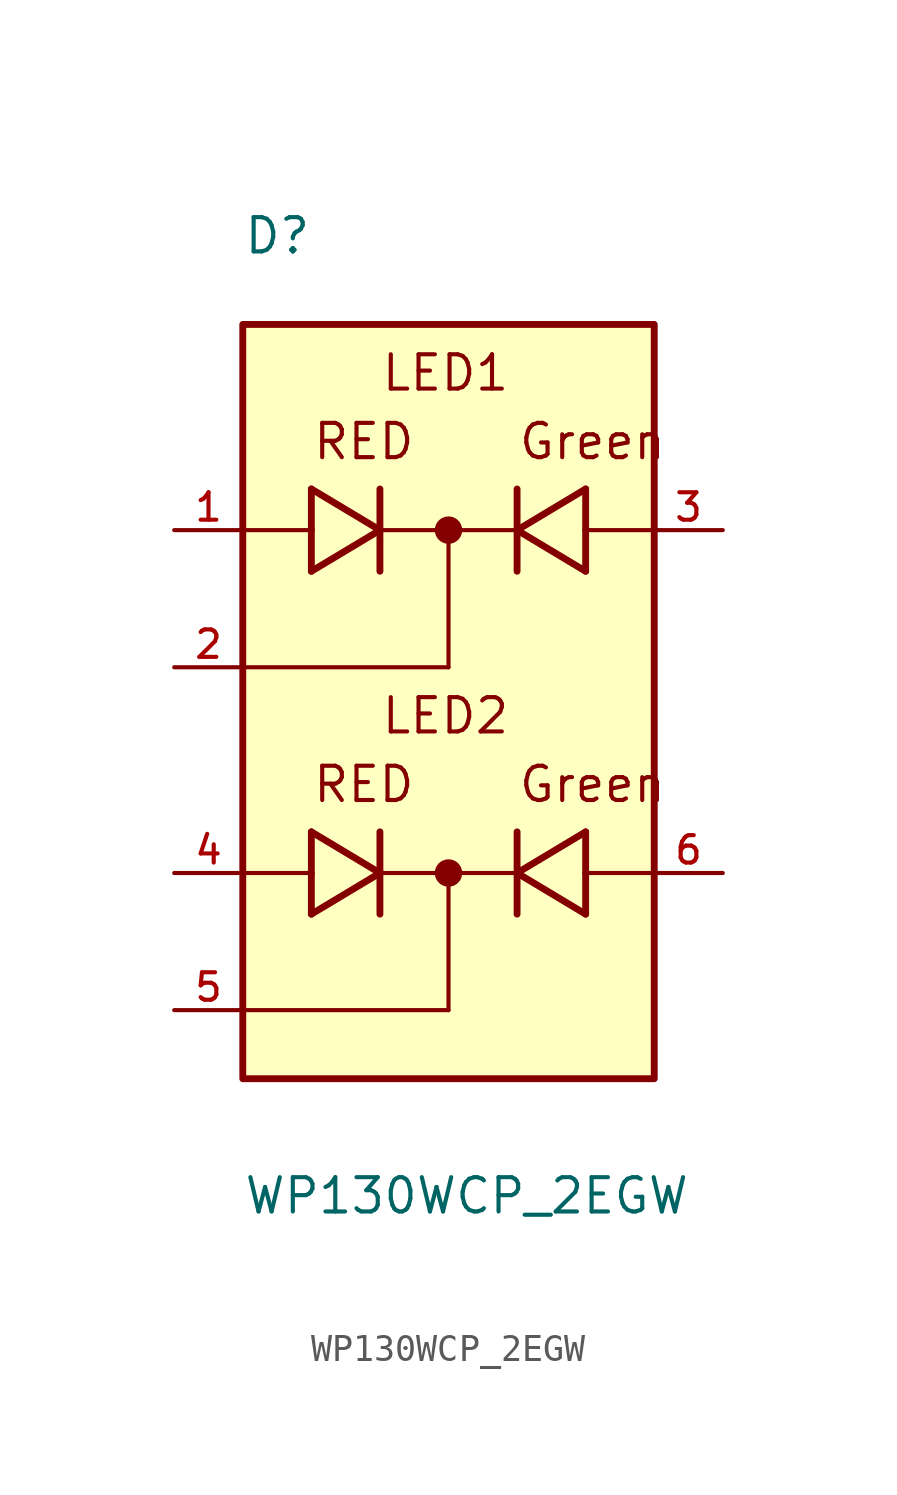
<source format=kicad_sym>
(kicad_symbol_lib
  (version 20211014)
  (generator kicad_symbol_editor)
  (symbol "WP130WCP_2EGW"
    (pin_names
      (offset 1.016))
    (property "Reference" "D"
      (at -7.62 17.78 0)
      (effects (font (size 1.27 1.27)) (justify bottom left)))
    (property "Value" "WP130WCP_2EGW"
      (at -7.62 -17.78 0)
      (effects (font (size 1.27 1.27)) (justify bottom left)))
    (symbol "WP130WCP_2EGW_0_0"
      (polyline (pts (xy -5.08 9.144) (xy -5.08 7.62)) (stroke (width 0.254)))
      (polyline (pts (xy -5.08 7.62) (xy -5.08 6.096)) (stroke (width 0.254)))
      (polyline (pts (xy -5.08 6.096) (xy -2.54 7.62)) (stroke (width 0.254)))
      (polyline (pts (xy -2.54 7.62) (xy -5.08 9.144)) (stroke (width 0.254)))
      (polyline (pts (xy -2.54 9.144) (xy -2.54 7.62)) (stroke (width 0.254)))
      (polyline (pts (xy -2.54 7.62) (xy -2.54 6.096)) (stroke (width 0.254)))
      (polyline (pts (xy -5.08 7.62) (xy -7.62 7.62)) (stroke (width 0.152)))
      (polyline (pts (xy 5.08 6.096) (xy 5.08 7.62)) (stroke (width 0.254)))
      (polyline (pts (xy 5.08 7.62) (xy 5.08 9.144)) (stroke (width 0.254)))
      (polyline (pts (xy 5.08 9.144) (xy 2.54 7.62)) (stroke (width 0.254)))
      (polyline (pts (xy 2.54 7.62) (xy 5.08 6.096)) (stroke (width 0.254)))
      (polyline (pts (xy 2.54 6.096) (xy 2.54 7.62)) (stroke (width 0.254)))
      (polyline (pts (xy 2.54 7.62) (xy 2.54 9.144)) (stroke (width 0.254)))
      (polyline (pts (xy 5.08 7.62) (xy 7.62 7.62)) (stroke (width 0.152)))
      (polyline (pts (xy -2.54 7.62) (xy 0.0 7.62)) (stroke (width 0.152)))
      (polyline (pts (xy 0.0 7.62) (xy 2.54 7.62)) (stroke (width 0.152)))
      (polyline (pts (xy -5.08 -3.556) (xy -5.08 -5.08)) (stroke (width 0.254)))
      (polyline (pts (xy -5.08 -5.08) (xy -5.08 -6.604)) (stroke (width 0.254)))
      (polyline (pts (xy -5.08 -6.604) (xy -2.54 -5.08)) (stroke (width 0.254)))
      (polyline (pts (xy -2.54 -5.08) (xy -5.08 -3.556)) (stroke (width 0.254)))
      (polyline (pts (xy -2.54 -3.556) (xy -2.54 -5.08)) (stroke (width 0.254)))
      (polyline (pts (xy -2.54 -5.08) (xy -2.54 -6.604)) (stroke (width 0.254)))
      (polyline (pts (xy -5.08 -5.08) (xy -7.62 -5.08)) (stroke (width 0.152)))
      (polyline (pts (xy 5.08 -6.604) (xy 5.08 -5.08)) (stroke (width 0.254)))
      (polyline (pts (xy 5.08 -5.08) (xy 5.08 -3.556)) (stroke (width 0.254)))
      (polyline (pts (xy 5.08 -3.556) (xy 2.54 -5.08)) (stroke (width 0.254)))
      (polyline (pts (xy 2.54 -5.08) (xy 5.08 -6.604)) (stroke (width 0.254)))
      (polyline (pts (xy 2.54 -6.604) (xy 2.54 -5.08)) (stroke (width 0.254)))
      (polyline (pts (xy 2.54 -5.08) (xy 2.54 -3.556)) (stroke (width 0.254)))
      (polyline (pts (xy 5.08 -5.08) (xy 7.62 -5.08)) (stroke (width 0.152)))
      (polyline (pts (xy -2.54 -5.08) (xy 0.0 -5.08)) (stroke (width 0.152)))
      (text "RED" (at -5.08 10.16 0) (effects (font (size 1.27 1.27)) (justify bottom left)))
      (text "Green" (at 2.54 10.16 0) (effects (font (size 1.27 1.27)) (justify bottom left)))
      (text "Green" (at 2.54 -2.54 0) (effects (font (size 1.27 1.27)) (justify bottom left)))
      (text "RED" (at -5.08 -2.54 0) (effects (font (size 1.27 1.27)) (justify bottom left)))
      (polyline (pts (xy 0.0 -5.08) (xy 2.54 -5.08)) (stroke (width 0.152)))
      (polyline (pts (xy 0.0 7.62) (xy 0.0 2.54)) (stroke (width 0.152)))
      (polyline (pts (xy 0.0 2.54) (xy -7.62 2.54)) (stroke (width 0.152)))
      (polyline (pts (xy 0.0 -5.08) (xy 0.0 -10.16)) (stroke (width 0.152)))
      (polyline (pts (xy 0.0 -10.16) (xy -7.62 -10.16)) (stroke (width 0.152)))
      (circle (center 0.0 7.62) (radius 0.254) (stroke (width 0.508)) (fill (type none)))
      (circle (center 0.0 -5.08) (radius 0.254) (stroke (width 0.508)) (fill (type none)))
      (text "LED1" (at -2.54 12.7 0) (effects (font (size 1.27 1.27)) (justify bottom left)))
      (text "LED2" (at -2.54 0.0 0) (effects (font (size 1.27 1.27)) (justify bottom left)))
      (rectangle (start -7.62 -12.7) (end 7.62 15.24) (stroke (width 0.254)) (fill (type background)))
      (pin passive line (at 10.16 7.62 180.0) (length 2.54) (name "~" (effects (font (size 1.016 1.016)))) (number "3" (effects (font (size 1.016 1.016)))))
      (pin passive line (at -10.16 7.62 0) (length 2.54) (name "~" (effects (font (size 1.016 1.016)))) (number "1" (effects (font (size 1.016 1.016)))))
      (pin passive line (at 10.16 -5.08 180.0) (length 2.54) (name "~" (effects (font (size 1.016 1.016)))) (number "6" (effects (font (size 1.016 1.016)))))
      (pin passive line (at -10.16 -5.08 0) (length 2.54) (name "~" (effects (font (size 1.016 1.016)))) (number "4" (effects (font (size 1.016 1.016)))))
      (pin passive line (at -10.16 2.54 0) (length 2.54) (name "~" (effects (font (size 1.016 1.016)))) (number "2" (effects (font (size 1.016 1.016)))))
      (pin passive line (at -10.16 -10.16 0) (length 2.54) (name "~" (effects (font (size 1.016 1.016)))) (number "5" (effects (font (size 1.016 1.016))))))))
</source>
